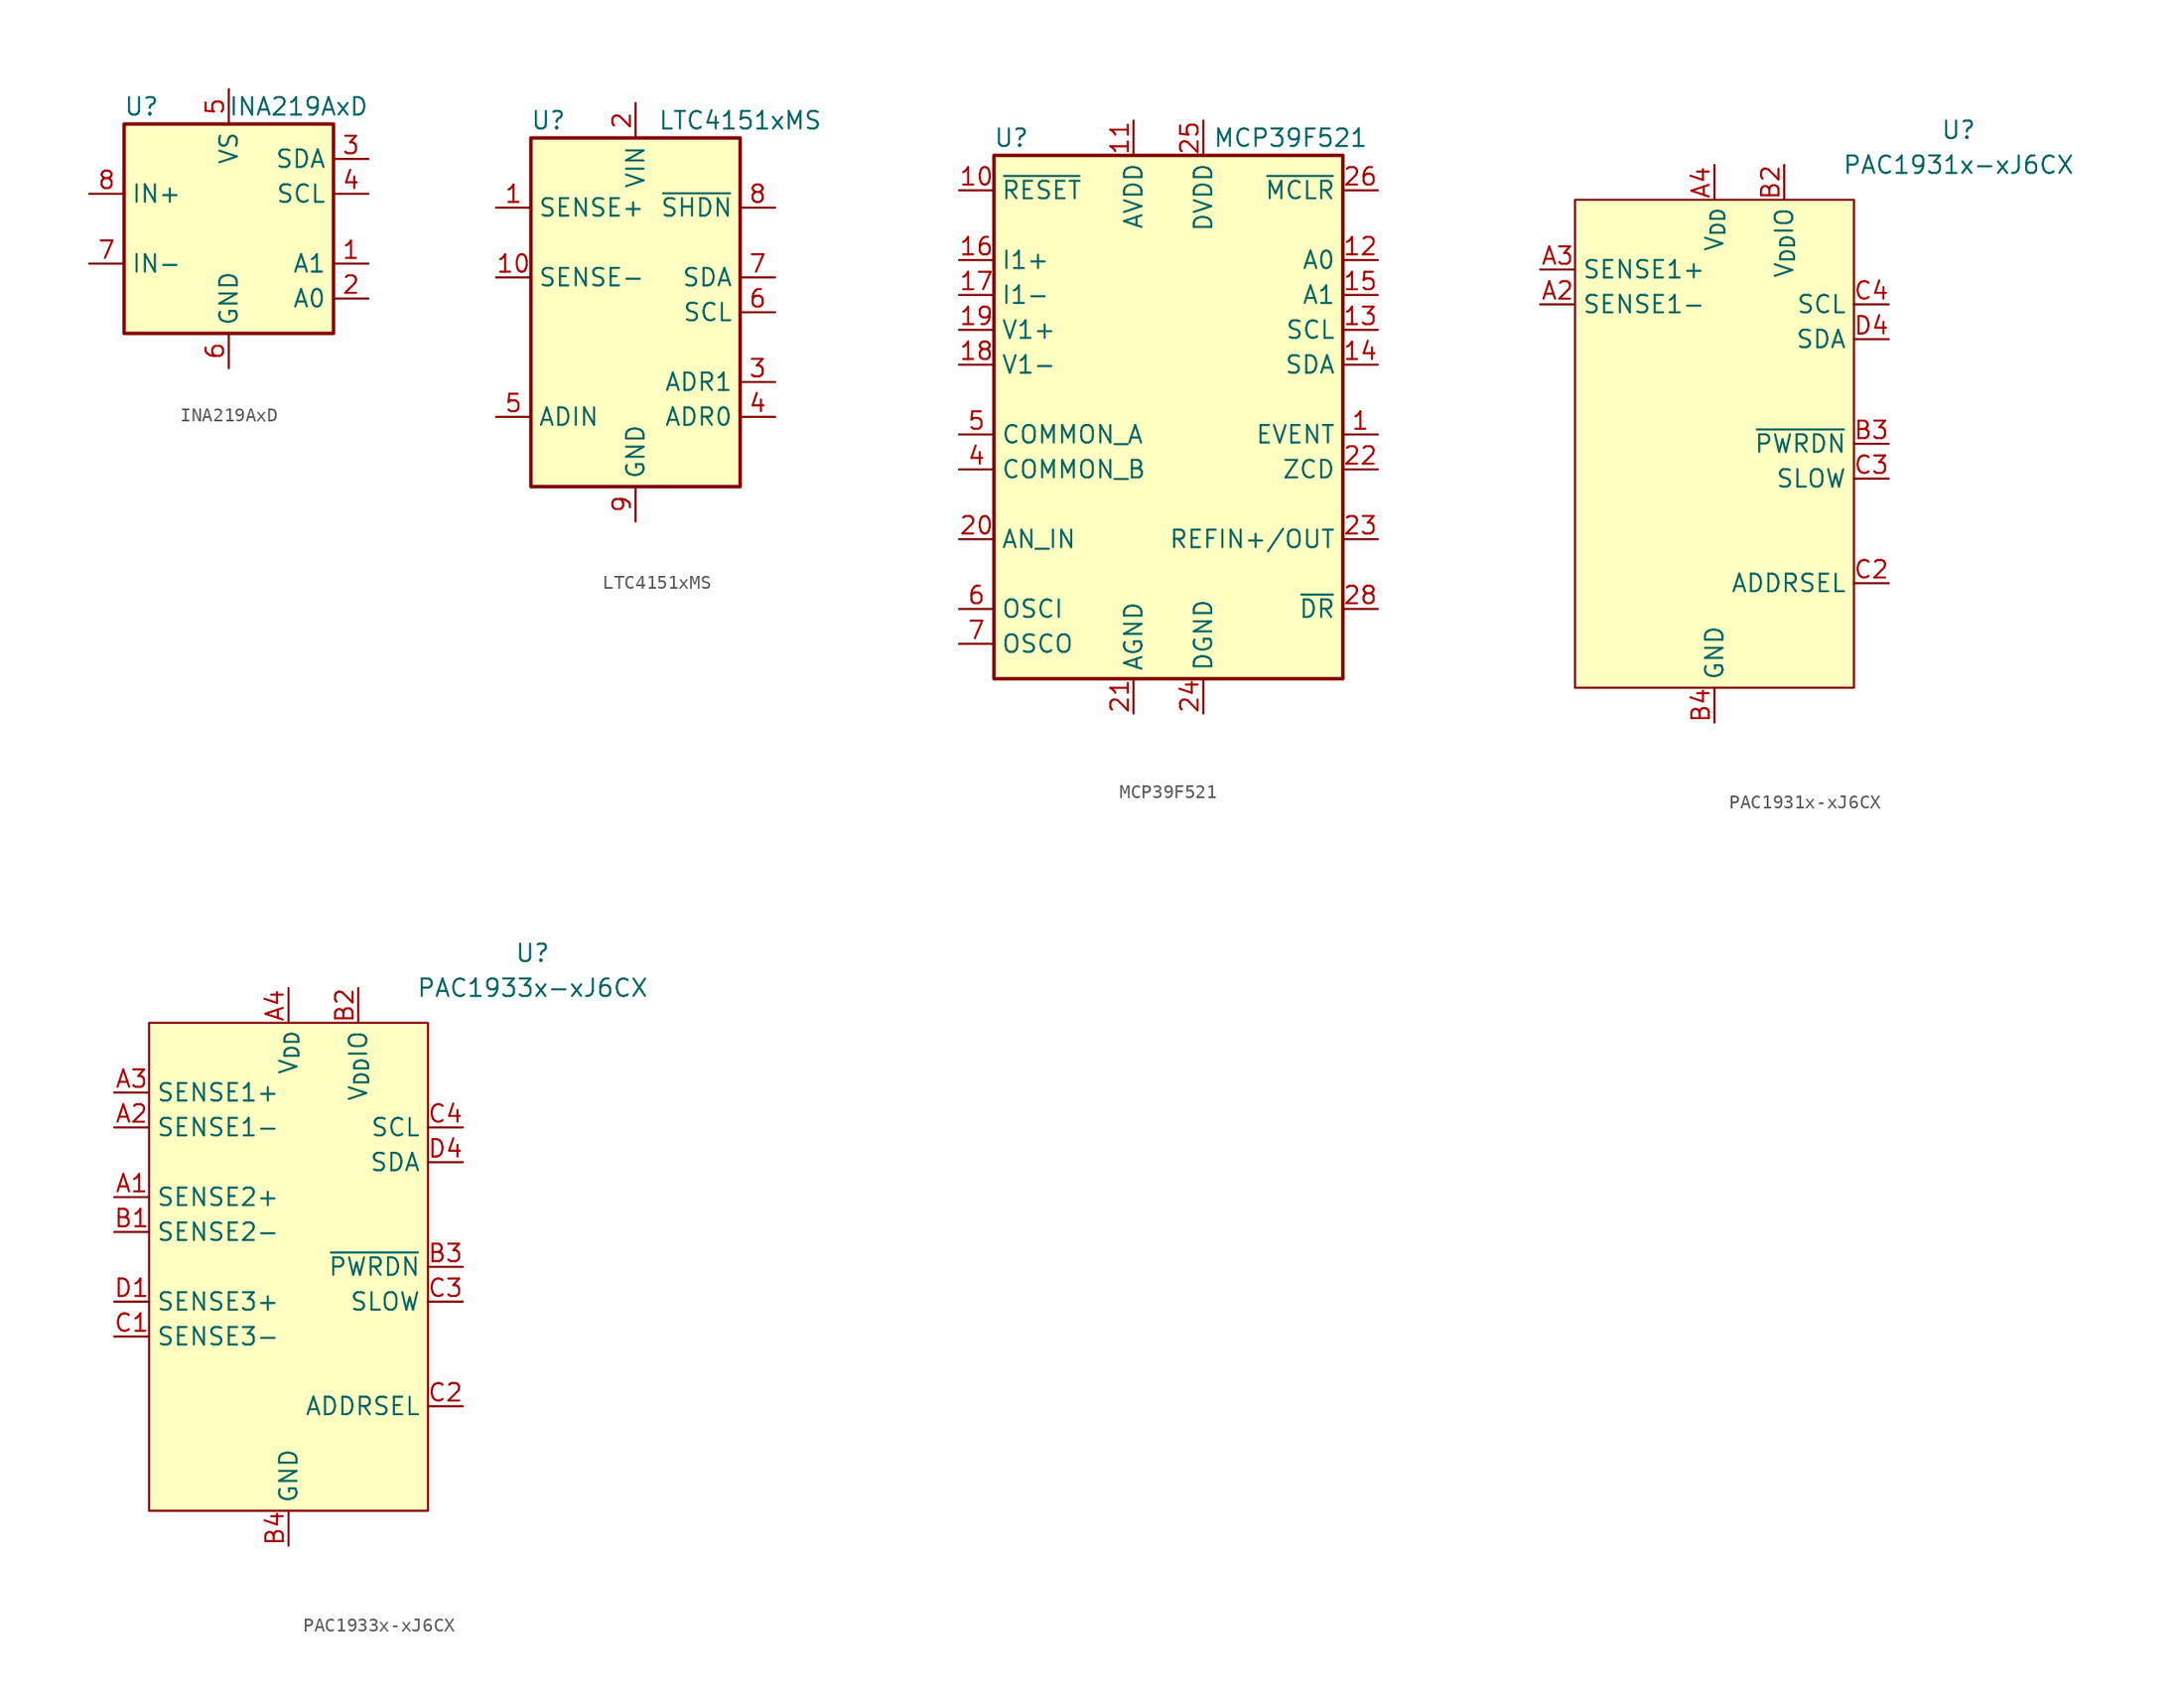
<source format=kicad_sym>
(kicad_symbol_lib
  (version 20220914)
  (generator kicad_symbol_editor)
  (symbol "INA219AxD"
    (property "Reference" "U"
      (at -6.35 8.89 0)
      (effects (font (size 1.27 1.27))))
    (property "Value" "INA219AxD"
      (at 5.08 8.89 0)
      (effects (font (size 1.27 1.27))))
    (symbol "INA219AxD_0_1"
      (rectangle (start -7.62 7.62) (end 7.62 -7.62) (stroke (width 0.254) (type default)) (fill (type background))))
    (symbol "INA219AxD_1_1"
      (pin input line (at 10.16 -2.54 180) (length 2.54) (name "A1" (effects (font (size 1.27 1.27)))) (number "1" (effects (font (size 1.27 1.27)))))
      (pin input line (at 10.16 -5.08 180) (length 2.54) (name "A0" (effects (font (size 1.27 1.27)))) (number "2" (effects (font (size 1.27 1.27)))))
      (pin bidirectional line (at 10.16 5.08 180) (length 2.54) (name "SDA" (effects (font (size 1.27 1.27)))) (number "3" (effects (font (size 1.27 1.27)))))
      (pin input line (at 10.16 2.54 180) (length 2.54) (name "SCL" (effects (font (size 1.27 1.27)))) (number "4" (effects (font (size 1.27 1.27)))))
      (pin power_in line (at 0 10.16 270) (length 2.54) (name "VS" (effects (font (size 1.27 1.27)))) (number "5" (effects (font (size 1.27 1.27)))))
      (pin power_in line (at 0 -10.16 90) (length 2.54) (name "GND" (effects (font (size 1.27 1.27)))) (number "6" (effects (font (size 1.27 1.27)))))
      (pin input line (at -10.16 -2.54 0) (length 2.54) (name "IN-" (effects (font (size 1.27 1.27)))) (number "7" (effects (font (size 1.27 1.27)))))
      (pin input line (at -10.16 2.54 0) (length 2.54) (name "IN+" (effects (font (size 1.27 1.27)))) (number "8" (effects (font (size 1.27 1.27)))))))
  (symbol "LTC4151xMS"
    (property "Reference" "U"
      (at -6.35 13.97 0)
      (effects (font (size 1.27 1.27))))
    (property "Value" "LTC4151xMS"
      (at 7.62 13.97 0)
      (effects (font (size 1.27 1.27))))
    (symbol "LTC4151xMS_0_1"
      (rectangle (start -7.62 12.7) (end 7.62 -12.7) (stroke (width 0.254) (type default)) (fill (type background))))
    (symbol "LTC4151xMS_1_1"
      (pin input line (at -10.16 7.62 0) (length 2.54) (name "SENSE+" (effects (font (size 1.27 1.27)))) (number "1" (effects (font (size 1.27 1.27)))))
      (pin input line (at -10.16 2.54 0) (length 2.54) (name "SENSE-" (effects (font (size 1.27 1.27)))) (number "10" (effects (font (size 1.27 1.27)))))
      (pin power_in line (at 0 15.24 270) (length 2.54) (name "VIN" (effects (font (size 1.27 1.27)))) (number "2" (effects (font (size 1.27 1.27)))))
      (pin input line (at 10.16 -5.08 180) (length 2.54) (name "ADR1" (effects (font (size 1.27 1.27)))) (number "3" (effects (font (size 1.27 1.27)))))
      (pin input line (at 10.16 -7.62 180) (length 2.54) (name "ADR0" (effects (font (size 1.27 1.27)))) (number "4" (effects (font (size 1.27 1.27)))))
      (pin input line (at -10.16 -7.62 0) (length 2.54) (name "ADIN" (effects (font (size 1.27 1.27)))) (number "5" (effects (font (size 1.27 1.27)))))
      (pin input line (at 10.16 0 180) (length 2.54) (name "SCL" (effects (font (size 1.27 1.27)))) (number "6" (effects (font (size 1.27 1.27)))))
      (pin bidirectional line (at 10.16 2.54 180) (length 2.54) (name "SDA" (effects (font (size 1.27 1.27)))) (number "7" (effects (font (size 1.27 1.27)))))
      (pin input line (at 10.16 7.62 180) (length 2.54) (name "~{SHDN}" (effects (font (size 1.27 1.27)))) (number "8" (effects (font (size 1.27 1.27)))))
      (pin power_in line (at 0 -15.24 90) (length 2.54) (name "GND" (effects (font (size 1.27 1.27)))) (number "9" (effects (font (size 1.27 1.27)))))))
  (symbol "MCP39F521"
    (property "Reference" "U"
      (at -11.43 19.05 0)
      (effects (font (size 1.27 1.27))))
    (property "Value" "MCP39F521"
      (at 8.89 19.05 0)
      (effects (font (size 1.27 1.27))))
    (symbol "MCP39F521_0_1"
      (rectangle (start -12.7 17.78) (end 12.7 -20.32) (stroke (width 0.254) (type default)) (fill (type background))))
    (symbol "MCP39F521_1_1"
      (pin output line (at 15.24 -2.54 180) (length 2.54) (name "EVENT" (effects (font (size 1.27 1.27)))) (number "1" (effects (font (size 1.27 1.27)))))
      (pin input line (at -15.24 15.24 0) (length 2.54) (name "~{RESET}" (effects (font (size 1.27 1.27)))) (number "10" (effects (font (size 1.27 1.27)))))
      (pin power_in line (at -2.54 20.32 270) (length 2.54) (name "AVDD" (effects (font (size 1.27 1.27)))) (number "11" (effects (font (size 1.27 1.27)))))
      (pin input line (at 15.24 10.16 180) (length 2.54) (name "A0" (effects (font (size 1.27 1.27)))) (number "12" (effects (font (size 1.27 1.27)))))
      (pin input line (at 15.24 5.08 180) (length 2.54) (name "SCL" (effects (font (size 1.27 1.27)))) (number "13" (effects (font (size 1.27 1.27)))))
      (pin bidirectional line (at 15.24 2.54 180) (length 2.54) (name "SDA" (effects (font (size 1.27 1.27)))) (number "14" (effects (font (size 1.27 1.27)))))
      (pin input line (at 15.24 7.62 180) (length 2.54) (name "A1" (effects (font (size 1.27 1.27)))) (number "15" (effects (font (size 1.27 1.27)))))
      (pin input line (at -15.24 10.16 0) (length 2.54) (name "I1+" (effects (font (size 1.27 1.27)))) (number "16" (effects (font (size 1.27 1.27)))))
      (pin input line (at -15.24 7.62 0) (length 2.54) (name "I1-" (effects (font (size 1.27 1.27)))) (number "17" (effects (font (size 1.27 1.27)))))
      (pin input line (at -15.24 2.54 0) (length 2.54) (name "V1-" (effects (font (size 1.27 1.27)))) (number "18" (effects (font (size 1.27 1.27)))))
      (pin input line (at -15.24 5.08 0) (length 2.54) (name "V1+" (effects (font (size 1.27 1.27)))) (number "19" (effects (font (size 1.27 1.27)))))
      (pin no_connect line (at -12.7 12.7 0) (length 2.54) hide (name "NC" (effects (font (size 1.27 1.27)))) (number "2" (effects (font (size 1.27 1.27)))))
      (pin input line (at -15.24 -10.16 0) (length 2.54) (name "AN_IN" (effects (font (size 1.27 1.27)))) (number "20" (effects (font (size 1.27 1.27)))))
      (pin power_in line (at -2.54 -22.86 90) (length 2.54) (name "AGND" (effects (font (size 1.27 1.27)))) (number "21" (effects (font (size 1.27 1.27)))))
      (pin output line (at 15.24 -5.08 180) (length 2.54) (name "ZCD" (effects (font (size 1.27 1.27)))) (number "22" (effects (font (size 1.27 1.27)))))
      (pin bidirectional line (at 15.24 -10.16 180) (length 2.54) (name "REFIN+/OUT" (effects (font (size 1.27 1.27)))) (number "23" (effects (font (size 1.27 1.27)))))
      (pin power_in line (at 2.54 -22.86 90) (length 2.54) (name "DGND" (effects (font (size 1.27 1.27)))) (number "24" (effects (font (size 1.27 1.27)))))
      (pin power_in line (at 2.54 20.32 270) (length 2.54) (name "DVDD" (effects (font (size 1.27 1.27)))) (number "25" (effects (font (size 1.27 1.27)))))
      (pin input line (at 15.24 15.24 180) (length 2.54) (name "~{MCLR}" (effects (font (size 1.27 1.27)))) (number "26" (effects (font (size 1.27 1.27)))))
      (pin passive line (at 2.54 -22.86 90) (length 2.54) hide (name "DGND" (effects (font (size 1.27 1.27)))) (number "27" (effects (font (size 1.27 1.27)))))
      (pin output line (at 15.24 -15.24 180) (length 2.54) (name "~{DR}" (effects (font (size 1.27 1.27)))) (number "28" (effects (font (size 1.27 1.27)))))
      (pin passive line (at 2.54 -22.86 90) (length 2.54) hide (name "DGND" (effects (font (size 1.27 1.27)))) (number "29" (effects (font (size 1.27 1.27)))))
      (pin no_connect line (at -12.7 0 0) (length 2.54) hide (name "NC" (effects (font (size 1.27 1.27)))) (number "3" (effects (font (size 1.27 1.27)))))
      (pin passive line (at -15.24 -5.08 0) (length 2.54) (name "COMMON_B" (effects (font (size 1.27 1.27)))) (number "4" (effects (font (size 1.27 1.27)))))
      (pin passive line (at -15.24 -2.54 0) (length 2.54) (name "COMMON_A" (effects (font (size 1.27 1.27)))) (number "5" (effects (font (size 1.27 1.27)))))
      (pin input line (at -15.24 -15.24 0) (length 2.54) (name "OSCI" (effects (font (size 1.27 1.27)))) (number "6" (effects (font (size 1.27 1.27)))))
      (pin passive line (at -15.24 -17.78 0) (length 2.54) (name "OSCO" (effects (font (size 1.27 1.27)))) (number "7" (effects (font (size 1.27 1.27)))))
      (pin no_connect line (at 12.7 12.7 180) (length 2.54) hide (name "NC" (effects (font (size 1.27 1.27)))) (number "8" (effects (font (size 1.27 1.27)))))
      (pin no_connect line (at 12.7 0 180) (length 2.54) hide (name "NC" (effects (font (size 1.27 1.27)))) (number "9" (effects (font (size 1.27 1.27)))))))
  (symbol "PAC1931x-xJ6CX"
    (property "Reference" "U"
      (at 17.78 22.86 0)
      (effects (font (size 1.27 1.27))))
    (property "Value" "PAC1931x-xJ6CX"
      (at 17.78 20.32 0)
      (effects (font (size 1.27 1.27))))
    (symbol "PAC1931x-xJ6CX_0_0"
      (pin passive line (at 0 -20.32 90) (length 2.54) hide (name "GND" (effects (font (size 1.27 1.27)))) (number "A1" (effects (font (size 1.27 1.27)))))
      (pin input line (at -12.7 10.16 0) (length 2.54) (name "SENSE1-" (effects (font (size 1.27 1.27)))) (number "A2" (effects (font (size 1.27 1.27)))))
      (pin input line (at -12.7 12.7 0) (length 2.54) (name "SENSE1+" (effects (font (size 1.27 1.27)))) (number "A3" (effects (font (size 1.27 1.27)))))
      (pin power_in line (at 0 20.32 270) (length 2.54) (name "V_{DD}" (effects (font (size 1.27 1.27)))) (number "A4" (effects (font (size 1.27 1.27)))))
      (pin passive line (at 0 -20.32 90) (length 2.54) hide (name "GND" (effects (font (size 1.27 1.27)))) (number "B1" (effects (font (size 1.27 1.27)))))
      (pin input line (at 5.08 20.32 270) (length 2.54) (name "V_{DD}IO" (effects (font (size 1.27 1.27)))) (number "B2" (effects (font (size 1.27 1.27)))))
      (pin input line (at 12.7 0 180) (length 2.54) (name "~{PWRDN}" (effects (font (size 1.27 1.27)))) (number "B3" (effects (font (size 1.27 1.27)))))
      (pin power_in line (at 0 -20.32 90) (length 2.54) (name "GND" (effects (font (size 1.27 1.27)))) (number "B4" (effects (font (size 1.27 1.27)))))
      (pin passive line (at 0 -20.32 90) (length 2.54) hide (name "GND" (effects (font (size 1.27 1.27)))) (number "C1" (effects (font (size 1.27 1.27)))))
      (pin passive line (at 12.7 -10.16 180) (length 2.54) (name "ADDRSEL" (effects (font (size 1.27 1.27)))) (number "C2" (effects (font (size 1.27 1.27)))))
      (pin input line (at 12.7 -2.54 180) (length 2.54) (name "SLOW" (effects (font (size 1.27 1.27)))) (number "C3" (effects (font (size 1.27 1.27)))) (alternate "~{ALERT1}" open_collector line))
      (pin input line (at 12.7 10.16 180) (length 2.54) (name "SCL" (effects (font (size 1.27 1.27)))) (number "C4" (effects (font (size 1.27 1.27)))) (alternate "SM_CLK" input line))
      (pin passive line (at 0 -20.32 90) (length 2.54) hide (name "GND" (effects (font (size 1.27 1.27)))) (number "D1" (effects (font (size 1.27 1.27)))))
      (pin passive line (at 0 -20.32 90) (length 2.54) hide (name "GND" (effects (font (size 1.27 1.27)))) (number "D2" (effects (font (size 1.27 1.27)))))
      (pin passive line (at 0 -20.32 90) (length 2.54) hide (name "GND" (effects (font (size 1.27 1.27)))) (number "D3" (effects (font (size 1.27 1.27)))))
      (pin bidirectional line (at 12.7 7.62 180) (length 2.54) (name "SDA" (effects (font (size 1.27 1.27)))) (number "D4" (effects (font (size 1.27 1.27)))) (alternate "SM_DATA" bidirectional line)))
    (symbol "PAC1931x-xJ6CX_0_1"
      (rectangle (start -10.16 17.78) (end 10.16 -17.78) (stroke (width 0) (type default)) (fill (type background)))))
  (symbol "PAC1933x-xJ6CX"
    (property "Reference" "U"
      (at 17.78 22.86 0)
      (effects (font (size 1.27 1.27))))
    (property "Value" "PAC1933x-xJ6CX"
      (at 17.78 20.32 0)
      (effects (font (size 1.27 1.27))))
    (symbol "PAC1933x-xJ6CX_0_0"
      (pin input line (at -12.7 5.08 0) (length 2.54) (name "SENSE2+" (effects (font (size 1.27 1.27)))) (number "A1" (effects (font (size 1.27 1.27)))))
      (pin input line (at -12.7 10.16 0) (length 2.54) (name "SENSE1-" (effects (font (size 1.27 1.27)))) (number "A2" (effects (font (size 1.27 1.27)))))
      (pin input line (at -12.7 12.7 0) (length 2.54) (name "SENSE1+" (effects (font (size 1.27 1.27)))) (number "A3" (effects (font (size 1.27 1.27)))))
      (pin power_in line (at 0 20.32 270) (length 2.54) (name "V_{DD}" (effects (font (size 1.27 1.27)))) (number "A4" (effects (font (size 1.27 1.27)))))
      (pin input line (at -12.7 2.54 0) (length 2.54) (name "SENSE2-" (effects (font (size 1.27 1.27)))) (number "B1" (effects (font (size 1.27 1.27)))))
      (pin input line (at 5.08 20.32 270) (length 2.54) (name "V_{DD}IO" (effects (font (size 1.27 1.27)))) (number "B2" (effects (font (size 1.27 1.27)))))
      (pin input line (at 12.7 0 180) (length 2.54) (name "~{PWRDN}" (effects (font (size 1.27 1.27)))) (number "B3" (effects (font (size 1.27 1.27)))))
      (pin power_in line (at 0 -20.32 90) (length 2.54) (name "GND" (effects (font (size 1.27 1.27)))) (number "B4" (effects (font (size 1.27 1.27)))))
      (pin input line (at -12.7 -5.08 0) (length 2.54) (name "SENSE3-" (effects (font (size 1.27 1.27)))) (number "C1" (effects (font (size 1.27 1.27)))))
      (pin passive line (at 12.7 -10.16 180) (length 2.54) (name "ADDRSEL" (effects (font (size 1.27 1.27)))) (number "C2" (effects (font (size 1.27 1.27)))))
      (pin input line (at 12.7 -2.54 180) (length 2.54) (name "SLOW" (effects (font (size 1.27 1.27)))) (number "C3" (effects (font (size 1.27 1.27)))) (alternate "~{ALERT1}" open_collector line))
      (pin input line (at 12.7 10.16 180) (length 2.54) (name "SCL" (effects (font (size 1.27 1.27)))) (number "C4" (effects (font (size 1.27 1.27)))) (alternate "SM_CLK" input line))
      (pin input line (at -12.7 -2.54 0) (length 2.54) (name "SENSE3+" (effects (font (size 1.27 1.27)))) (number "D1" (effects (font (size 1.27 1.27)))))
      (pin passive line (at 0 -20.32 90) (length 2.54) hide (name "GND" (effects (font (size 1.27 1.27)))) (number "D2" (effects (font (size 1.27 1.27)))))
      (pin passive line (at 0 -20.32 90) (length 2.54) hide (name "GND" (effects (font (size 1.27 1.27)))) (number "D3" (effects (font (size 1.27 1.27)))))
      (pin bidirectional line (at 12.7 7.62 180) (length 2.54) (name "SDA" (effects (font (size 1.27 1.27)))) (number "D4" (effects (font (size 1.27 1.27)))) (alternate "SM_DATA" bidirectional line)))
    (symbol "PAC1933x-xJ6CX_0_1"
      (rectangle (start -10.16 17.78) (end 10.16 -17.78) (stroke (width 0) (type default)) (fill (type background))))))
</source>
